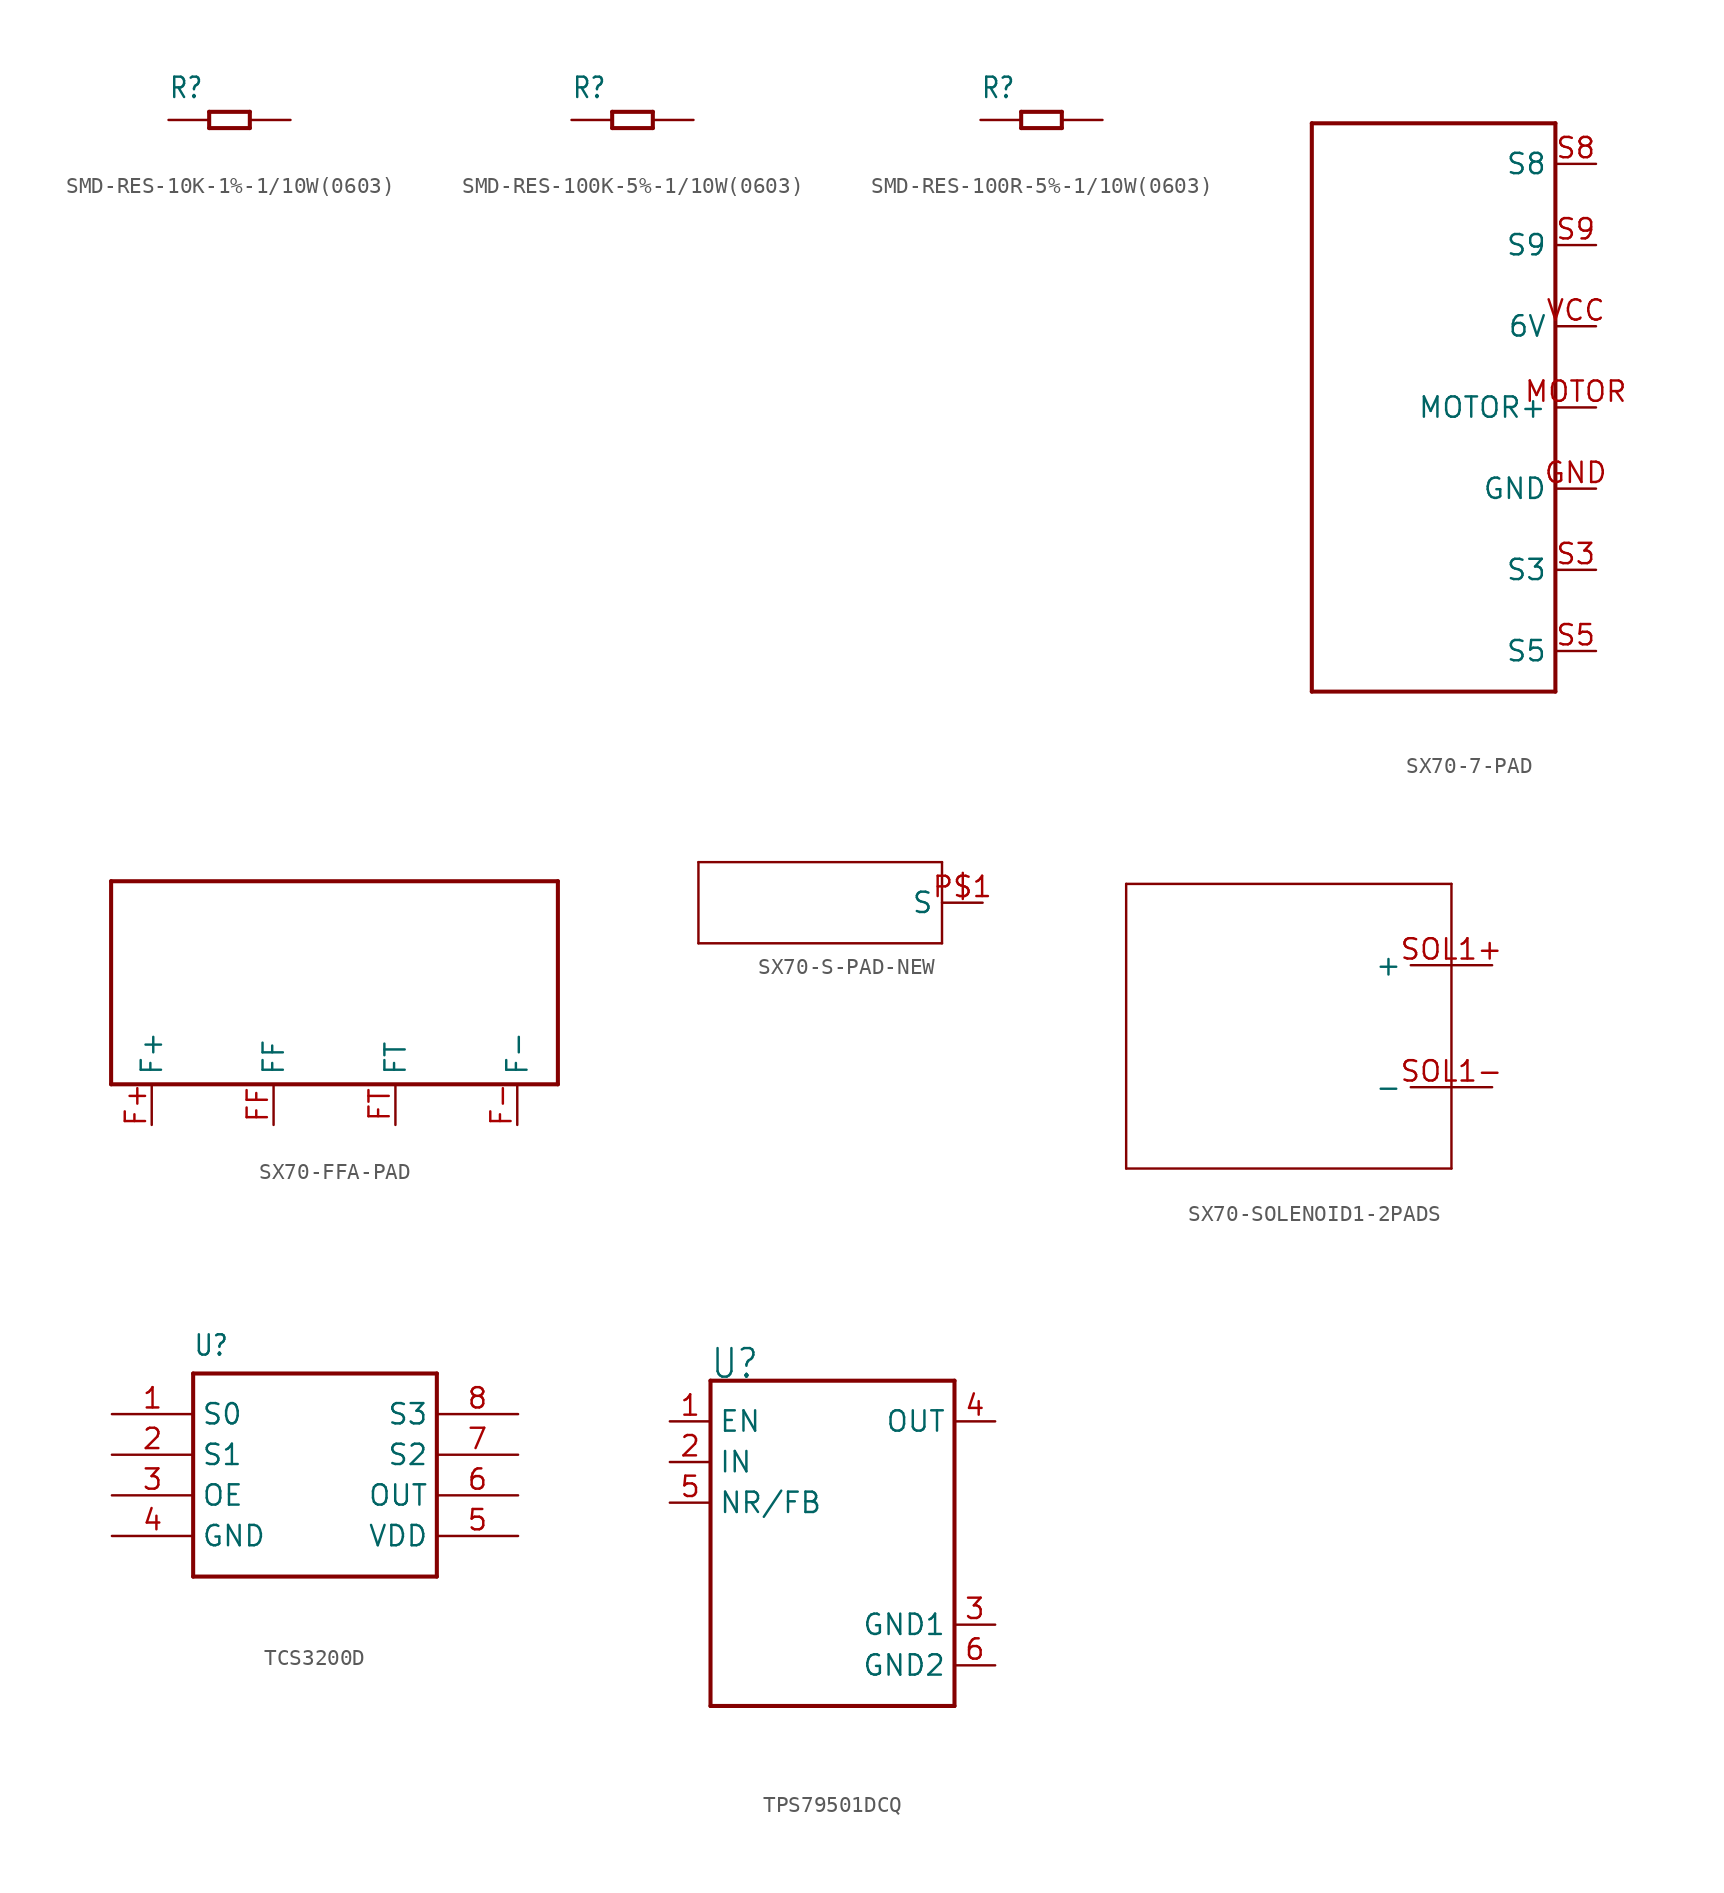
<source format=kicad_sym>
(kicad_symbol_lib
  (version 20220914)
  (generator kicad_symbol_editor)
  (symbol "SMD-RES-10K-1%-1/10W(0603)"
    (property "Reference" "R"
      (at -3.81 1.27 0)
      (effects (font (size 1.27 1.079)) (justify left bottom)))
    (property "Value" ""
      (at -3.81 -2.54 0)
      (effects (font (size 1.27 1.079)) (justify left bottom)))
    (property "ki_locked" ""
      (at 0 0 0)
      (effects (font (size 1.27 1.27))))
    (symbol "SMD-RES-10K-1%-1/10W(0603)_1_0"
      (polyline (pts (xy -1.27 -0.508) (xy -1.27 0.508)) (stroke (width 0.254) (type solid)) (fill (type none)))
      (polyline (pts (xy -1.27 0.508) (xy 1.27 0.508)) (stroke (width 0.254) (type solid)) (fill (type none)))
      (polyline (pts (xy 1.27 -0.508) (xy -1.27 -0.508)) (stroke (width 0.254) (type solid)) (fill (type none)))
      (polyline (pts (xy 1.27 0.508) (xy 1.27 -0.508)) (stroke (width 0.254) (type solid)) (fill (type none)))
      (pin passive line (at -3.81 0 0) (length 2.54) (name "1" (effects (font (size 0 0)))) (number "1" (effects (font (size 0 0)))))
      (pin passive line (at 3.81 0 180) (length 2.54) (name "2" (effects (font (size 0 0)))) (number "2" (effects (font (size 0 0)))))))
  (symbol "SMD-RES-100K-5%-1/10W(0603)"
    (property "Reference" "R"
      (at -3.81 1.27 0)
      (effects (font (size 1.27 1.079)) (justify left bottom)))
    (property "Value" ""
      (at -3.81 -2.54 0)
      (effects (font (size 1.27 1.079)) (justify left bottom)))
    (property "ki_locked" ""
      (at 0 0 0)
      (effects (font (size 1.27 1.27))))
    (symbol "SMD-RES-100K-5%-1/10W(0603)_1_0"
      (polyline (pts (xy -1.27 -0.508) (xy -1.27 0.508)) (stroke (width 0.254) (type solid)) (fill (type none)))
      (polyline (pts (xy -1.27 0.508) (xy 1.27 0.508)) (stroke (width 0.254) (type solid)) (fill (type none)))
      (polyline (pts (xy 1.27 -0.508) (xy -1.27 -0.508)) (stroke (width 0.254) (type solid)) (fill (type none)))
      (polyline (pts (xy 1.27 0.508) (xy 1.27 -0.508)) (stroke (width 0.254) (type solid)) (fill (type none)))
      (pin passive line (at -3.81 0 0) (length 2.54) (name "1" (effects (font (size 0 0)))) (number "1" (effects (font (size 0 0)))))
      (pin passive line (at 3.81 0 180) (length 2.54) (name "2" (effects (font (size 0 0)))) (number "2" (effects (font (size 0 0)))))))
  (symbol "SMD-RES-100R-5%-1/10W(0603)"
    (property "Reference" "R"
      (at -3.81 1.27 0)
      (effects (font (size 1.27 1.079)) (justify left bottom)))
    (property "Value" ""
      (at -3.81 -2.54 0)
      (effects (font (size 1.27 1.079)) (justify left bottom)))
    (property "ki_locked" ""
      (at 0 0 0)
      (effects (font (size 1.27 1.27))))
    (symbol "SMD-RES-100R-5%-1/10W(0603)_1_0"
      (polyline (pts (xy -1.27 -0.508) (xy -1.27 0.508)) (stroke (width 0.254) (type solid)) (fill (type none)))
      (polyline (pts (xy -1.27 0.508) (xy 1.27 0.508)) (stroke (width 0.254) (type solid)) (fill (type none)))
      (polyline (pts (xy 1.27 -0.508) (xy -1.27 -0.508)) (stroke (width 0.254) (type solid)) (fill (type none)))
      (polyline (pts (xy 1.27 0.508) (xy 1.27 -0.508)) (stroke (width 0.254) (type solid)) (fill (type none)))
      (pin passive line (at -3.81 0 0) (length 2.54) (name "1" (effects (font (size 0 0)))) (number "1" (effects (font (size 0 0)))))
      (pin passive line (at 3.81 0 180) (length 2.54) (name "2" (effects (font (size 0 0)))) (number "2" (effects (font (size 0 0)))))))
  (symbol "SX70-7-PAD"
    (property "Reference" ""
      (at 0 0 0)
      (effects (font (size 1.27 1.27)) hide))
    (property "ki_locked" ""
      (at 0 0 0)
      (effects (font (size 1.27 1.27))))
    (symbol "SX70-7-PAD_1_0"
      (polyline (pts (xy -7.62 -17.78) (xy 7.62 -17.78)) (stroke (width 0.254) (type solid)) (fill (type none)))
      (polyline (pts (xy -7.62 17.78) (xy -7.62 -17.78)) (stroke (width 0.254) (type solid)) (fill (type none)))
      (polyline (pts (xy 7.62 -17.78) (xy 7.62 17.78)) (stroke (width 0.254) (type solid)) (fill (type none)))
      (polyline (pts (xy 7.62 17.78) (xy -7.62 17.78)) (stroke (width 0.254) (type solid)) (fill (type none)))
      (pin bidirectional line (at 10.16 -5.08 180) (length 2.54) (name "GND" (effects (font (size 1.27 1.27)))) (number "GND" (effects (font (size 1.27 1.27)))))
      (pin bidirectional line (at 10.16 0 180) (length 2.54) (name "MOTOR+" (effects (font (size 1.27 1.27)))) (number "MOTOR" (effects (font (size 1.27 1.27)))))
      (pin bidirectional line (at 10.16 -10.16 180) (length 2.54) (name "S3" (effects (font (size 1.27 1.27)))) (number "S3" (effects (font (size 1.27 1.27)))))
      (pin bidirectional line (at 10.16 -15.24 180) (length 2.54) (name "S5" (effects (font (size 1.27 1.27)))) (number "S5" (effects (font (size 1.27 1.27)))))
      (pin bidirectional line (at 10.16 15.24 180) (length 2.54) (name "S8" (effects (font (size 1.27 1.27)))) (number "S8" (effects (font (size 1.27 1.27)))))
      (pin bidirectional line (at 10.16 10.16 180) (length 2.54) (name "S9" (effects (font (size 1.27 1.27)))) (number "S9" (effects (font (size 1.27 1.27)))))
      (pin bidirectional line (at 10.16 5.08 180) (length 2.54) (name "6V" (effects (font (size 1.27 1.27)))) (number "VCC" (effects (font (size 1.27 1.27)))))))
  (symbol "SX70-FFA-PAD"
    (property "Reference" ""
      (at 0 0 0)
      (effects (font (size 1.27 1.27)) hide))
    (property "ki_locked" ""
      (at 0 0 0)
      (effects (font (size 1.27 1.27))))
    (symbol "SX70-FFA-PAD_1_0"
      (polyline (pts (xy -15.24 -5.08) (xy -15.24 7.62)) (stroke (width 0.254) (type solid)) (fill (type none)))
      (polyline (pts (xy -15.24 7.62) (xy 12.7 7.62)) (stroke (width 0.254) (type solid)) (fill (type none)))
      (polyline (pts (xy 12.7 -5.08) (xy -15.24 -5.08)) (stroke (width 0.254) (type solid)) (fill (type none)))
      (polyline (pts (xy 12.7 7.62) (xy 12.7 -5.08)) (stroke (width 0.254) (type solid)) (fill (type none)))
      (pin bidirectional line (at -12.7 -7.62 90) (length 2.54) (name "F+" (effects (font (size 1.27 1.27)))) (number "F+" (effects (font (size 1.27 1.27)))))
      (pin bidirectional line (at 10.16 -7.62 90) (length 2.54) (name "F-" (effects (font (size 1.27 1.27)))) (number "F-" (effects (font (size 1.27 1.27)))))
      (pin bidirectional line (at -5.08 -7.62 90) (length 2.54) (name "FF" (effects (font (size 1.27 1.27)))) (number "FF" (effects (font (size 1.27 1.27)))))
      (pin bidirectional line (at 2.54 -7.62 90) (length 2.54) (name "FT" (effects (font (size 1.27 1.27)))) (number "FT" (effects (font (size 1.27 1.27)))))))
  (symbol "SX70-S-PAD-NEW"
    (property "Reference" ""
      (at -8.89 -1.016 0)
      (effects (font (size 1.778 1.511)) (justify left bottom) hide))
    (property "ki_locked" ""
      (at 0 0 0)
      (effects (font (size 1.27 1.27))))
    (symbol "SX70-S-PAD-NEW_1_0"
      (polyline (pts (xy -10.16 -2.54) (xy 5.08 -2.54)) (stroke (width 0) (type solid)) (fill (type none)))
      (polyline (pts (xy -10.16 2.54) (xy -10.16 -2.54)) (stroke (width 0) (type solid)) (fill (type none)))
      (polyline (pts (xy 5.08 -2.54) (xy 5.08 2.54)) (stroke (width 0) (type solid)) (fill (type none)))
      (polyline (pts (xy 5.08 2.54) (xy -10.16 2.54)) (stroke (width 0) (type solid)) (fill (type none)))
      (pin bidirectional line (at 7.62 0 180) (length 2.54) (name "S" (effects (font (size 1.27 1.27)))) (number "P$1" (effects (font (size 1.27 1.27)))))))
  (symbol "SX70-SOLENOID1-2PADS"
    (property "Reference" ""
      (at 0 0 0)
      (effects (font (size 1.27 1.27)) hide))
    (property "ki_locked" ""
      (at 0 0 0)
      (effects (font (size 1.27 1.27))))
    (symbol "SX70-SOLENOID1-2PADS_1_0"
      (polyline (pts (xy -10.16 -10.16) (xy 10.16 -10.16)) (stroke (width 0.152) (type solid)) (fill (type none)))
      (polyline (pts (xy -10.16 7.62) (xy -10.16 -10.16)) (stroke (width 0.152) (type solid)) (fill (type none)))
      (polyline (pts (xy -10.16 7.62) (xy 10.16 7.62)) (stroke (width 0.152) (type solid)) (fill (type none)))
      (polyline (pts (xy 10.16 7.62) (xy 10.16 -10.16)) (stroke (width 0.152) (type solid)) (fill (type none)))
      (pin bidirectional line (at 12.7 2.54 180) (length 5.08) (name "+" (effects (font (size 1.27 1.27)))) (number "SOL1+" (effects (font (size 1.27 1.27)))))
      (pin bidirectional line (at 12.7 -5.08 180) (length 5.08) (name "-" (effects (font (size 1.27 1.27)))) (number "SOL1-" (effects (font (size 1.27 1.27)))))))
  (symbol "TCS3200D"
    (property "Reference" "U"
      (at -5.081 8.638 0)
      (effects (font (size 1.27 1.08)) (justify left bottom)))
    (property "Value" ""
      (at -5.084 -7.372 0)
      (effects (font (size 1.271 1.08)) (justify left bottom)))
    (property "ki_locked" ""
      (at 0 0 0)
      (effects (font (size 1.27 1.27))))
    (symbol "TCS3200D_1_0"
      (polyline (pts (xy -5.08 -5.08) (xy -5.08 7.62)) (stroke (width 0.254) (type solid)) (fill (type none)))
      (polyline (pts (xy -5.08 7.62) (xy 10.16 7.62)) (stroke (width 0.254) (type solid)) (fill (type none)))
      (polyline (pts (xy 10.16 -5.08) (xy -5.08 -5.08)) (stroke (width 0.254) (type solid)) (fill (type none)))
      (polyline (pts (xy 10.16 7.62) (xy 10.16 -5.08)) (stroke (width 0.254) (type solid)) (fill (type none)))
      (pin bidirectional line (at -10.16 5.08 0) (length 5.08) (name "S0" (effects (font (size 1.27 1.27)))) (number "1" (effects (font (size 1.27 1.27)))))
      (pin bidirectional line (at -10.16 2.54 0) (length 5.08) (name "S1" (effects (font (size 1.27 1.27)))) (number "2" (effects (font (size 1.27 1.27)))))
      (pin bidirectional line (at -10.16 0 0) (length 5.08) (name "OE" (effects (font (size 1.27 1.27)))) (number "3" (effects (font (size 1.27 1.27)))))
      (pin bidirectional line (at -10.16 -2.54 0) (length 5.08) (name "GND" (effects (font (size 1.27 1.27)))) (number "4" (effects (font (size 1.27 1.27)))))
      (pin bidirectional line (at 15.24 -2.54 180) (length 5.08) (name "VDD" (effects (font (size 1.27 1.27)))) (number "5" (effects (font (size 1.27 1.27)))))
      (pin bidirectional line (at 15.24 0 180) (length 5.08) (name "OUT" (effects (font (size 1.27 1.27)))) (number "6" (effects (font (size 1.27 1.27)))))
      (pin bidirectional line (at 15.24 2.54 180) (length 5.08) (name "S2" (effects (font (size 1.27 1.27)))) (number "7" (effects (font (size 1.27 1.27)))))
      (pin bidirectional line (at 15.24 5.08 180) (length 5.08) (name "S3" (effects (font (size 1.27 1.27)))) (number "8" (effects (font (size 1.27 1.27)))))))
  (symbol "TPS79501DCQ"
    (property "Reference" "U"
      (at -7.641 10.188 0)
      (effects (font (size 1.783 1.515)) (justify left bottom)))
    (property "Value" ""
      (at -7.633 -12.721 0)
      (effects (font (size 1.781 1.514)) (justify left bottom)))
    (property "ki_locked" ""
      (at 0 0 0)
      (effects (font (size 1.27 1.27))))
    (symbol "TPS79501DCQ_1_0"
      (polyline (pts (xy -7.62 -10.16) (xy -7.62 10.16)) (stroke (width 0.254) (type solid)) (fill (type none)))
      (polyline (pts (xy -7.62 10.16) (xy 7.62 10.16)) (stroke (width 0.254) (type solid)) (fill (type none)))
      (polyline (pts (xy 7.62 -10.16) (xy -7.62 -10.16)) (stroke (width 0.254) (type solid)) (fill (type none)))
      (polyline (pts (xy 7.62 10.16) (xy 7.62 -10.16)) (stroke (width 0.254) (type solid)) (fill (type none)))
      (pin input line (at -10.16 7.62 0) (length 2.54) (name "EN" (effects (font (size 1.27 1.27)))) (number "1" (effects (font (size 1.27 1.27)))))
      (pin input line (at -10.16 5.08 0) (length 2.54) (name "IN" (effects (font (size 1.27 1.27)))) (number "2" (effects (font (size 1.27 1.27)))))
      (pin power_in line (at 10.16 -5.08 180) (length 2.54) (name "GND1" (effects (font (size 1.27 1.27)))) (number "3" (effects (font (size 1.27 1.27)))))
      (pin output line (at 10.16 7.62 180) (length 2.54) (name "OUT" (effects (font (size 1.27 1.27)))) (number "4" (effects (font (size 1.27 1.27)))))
      (pin input line (at -10.16 2.54 0) (length 2.54) (name "NR/FB" (effects (font (size 1.27 1.27)))) (number "5" (effects (font (size 1.27 1.27)))))
      (pin power_in line (at 10.16 -7.62 180) (length 2.54) (name "GND2" (effects (font (size 1.27 1.27)))) (number "6" (effects (font (size 1.27 1.27))))))))
</source>
